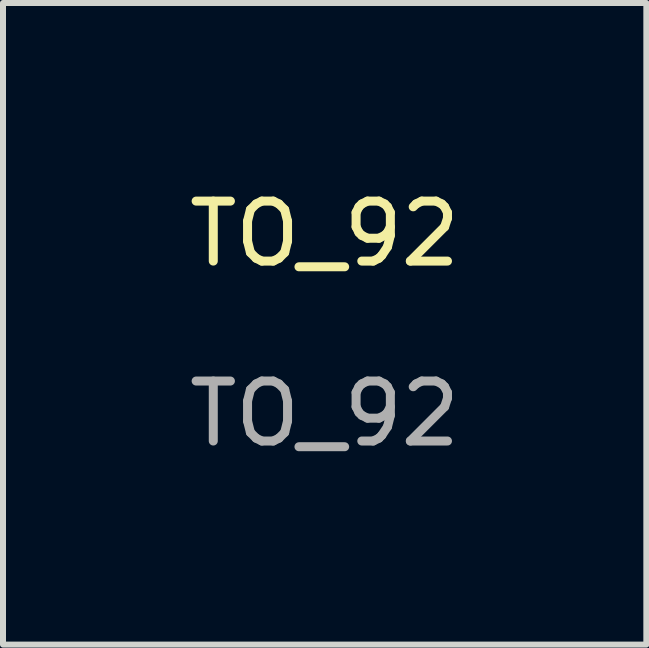
<source format=kicad_pcb>
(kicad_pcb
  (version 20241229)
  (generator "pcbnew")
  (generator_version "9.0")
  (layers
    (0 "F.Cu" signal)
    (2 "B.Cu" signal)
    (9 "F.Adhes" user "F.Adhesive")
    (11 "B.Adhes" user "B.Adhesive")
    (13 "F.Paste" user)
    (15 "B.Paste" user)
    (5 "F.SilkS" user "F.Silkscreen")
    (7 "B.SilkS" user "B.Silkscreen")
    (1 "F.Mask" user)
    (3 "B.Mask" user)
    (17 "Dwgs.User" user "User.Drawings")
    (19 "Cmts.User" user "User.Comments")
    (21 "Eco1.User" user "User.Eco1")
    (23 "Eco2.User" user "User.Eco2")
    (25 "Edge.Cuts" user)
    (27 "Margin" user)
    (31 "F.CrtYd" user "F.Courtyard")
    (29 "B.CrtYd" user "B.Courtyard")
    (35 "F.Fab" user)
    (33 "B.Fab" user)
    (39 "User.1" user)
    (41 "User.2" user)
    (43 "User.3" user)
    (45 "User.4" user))
  (footprint "TO_92"
    (layer "F.Cu")
    (at 2.363 1.348)
    (property "Reference" "TO_92" (at 0 -0.5 0) (unlocked yes) (layer "F.SilkS") (effects (font (size 1 1) (thickness 0.15))))
    (attr through_hole)
    (fp_text user "${REFERENCE}" (at 0 2.5 0) (unlocked yes) (layer "F.Fab") (effects (font (size 1 1) (thickness 0.15)))))
  (gr_rect
    (start -3 -3)
    (end 7.726 7.697)
    (stroke (width 0.1) (type default))
    (fill no)
    (layer "Edge.Cuts")))
</source>
